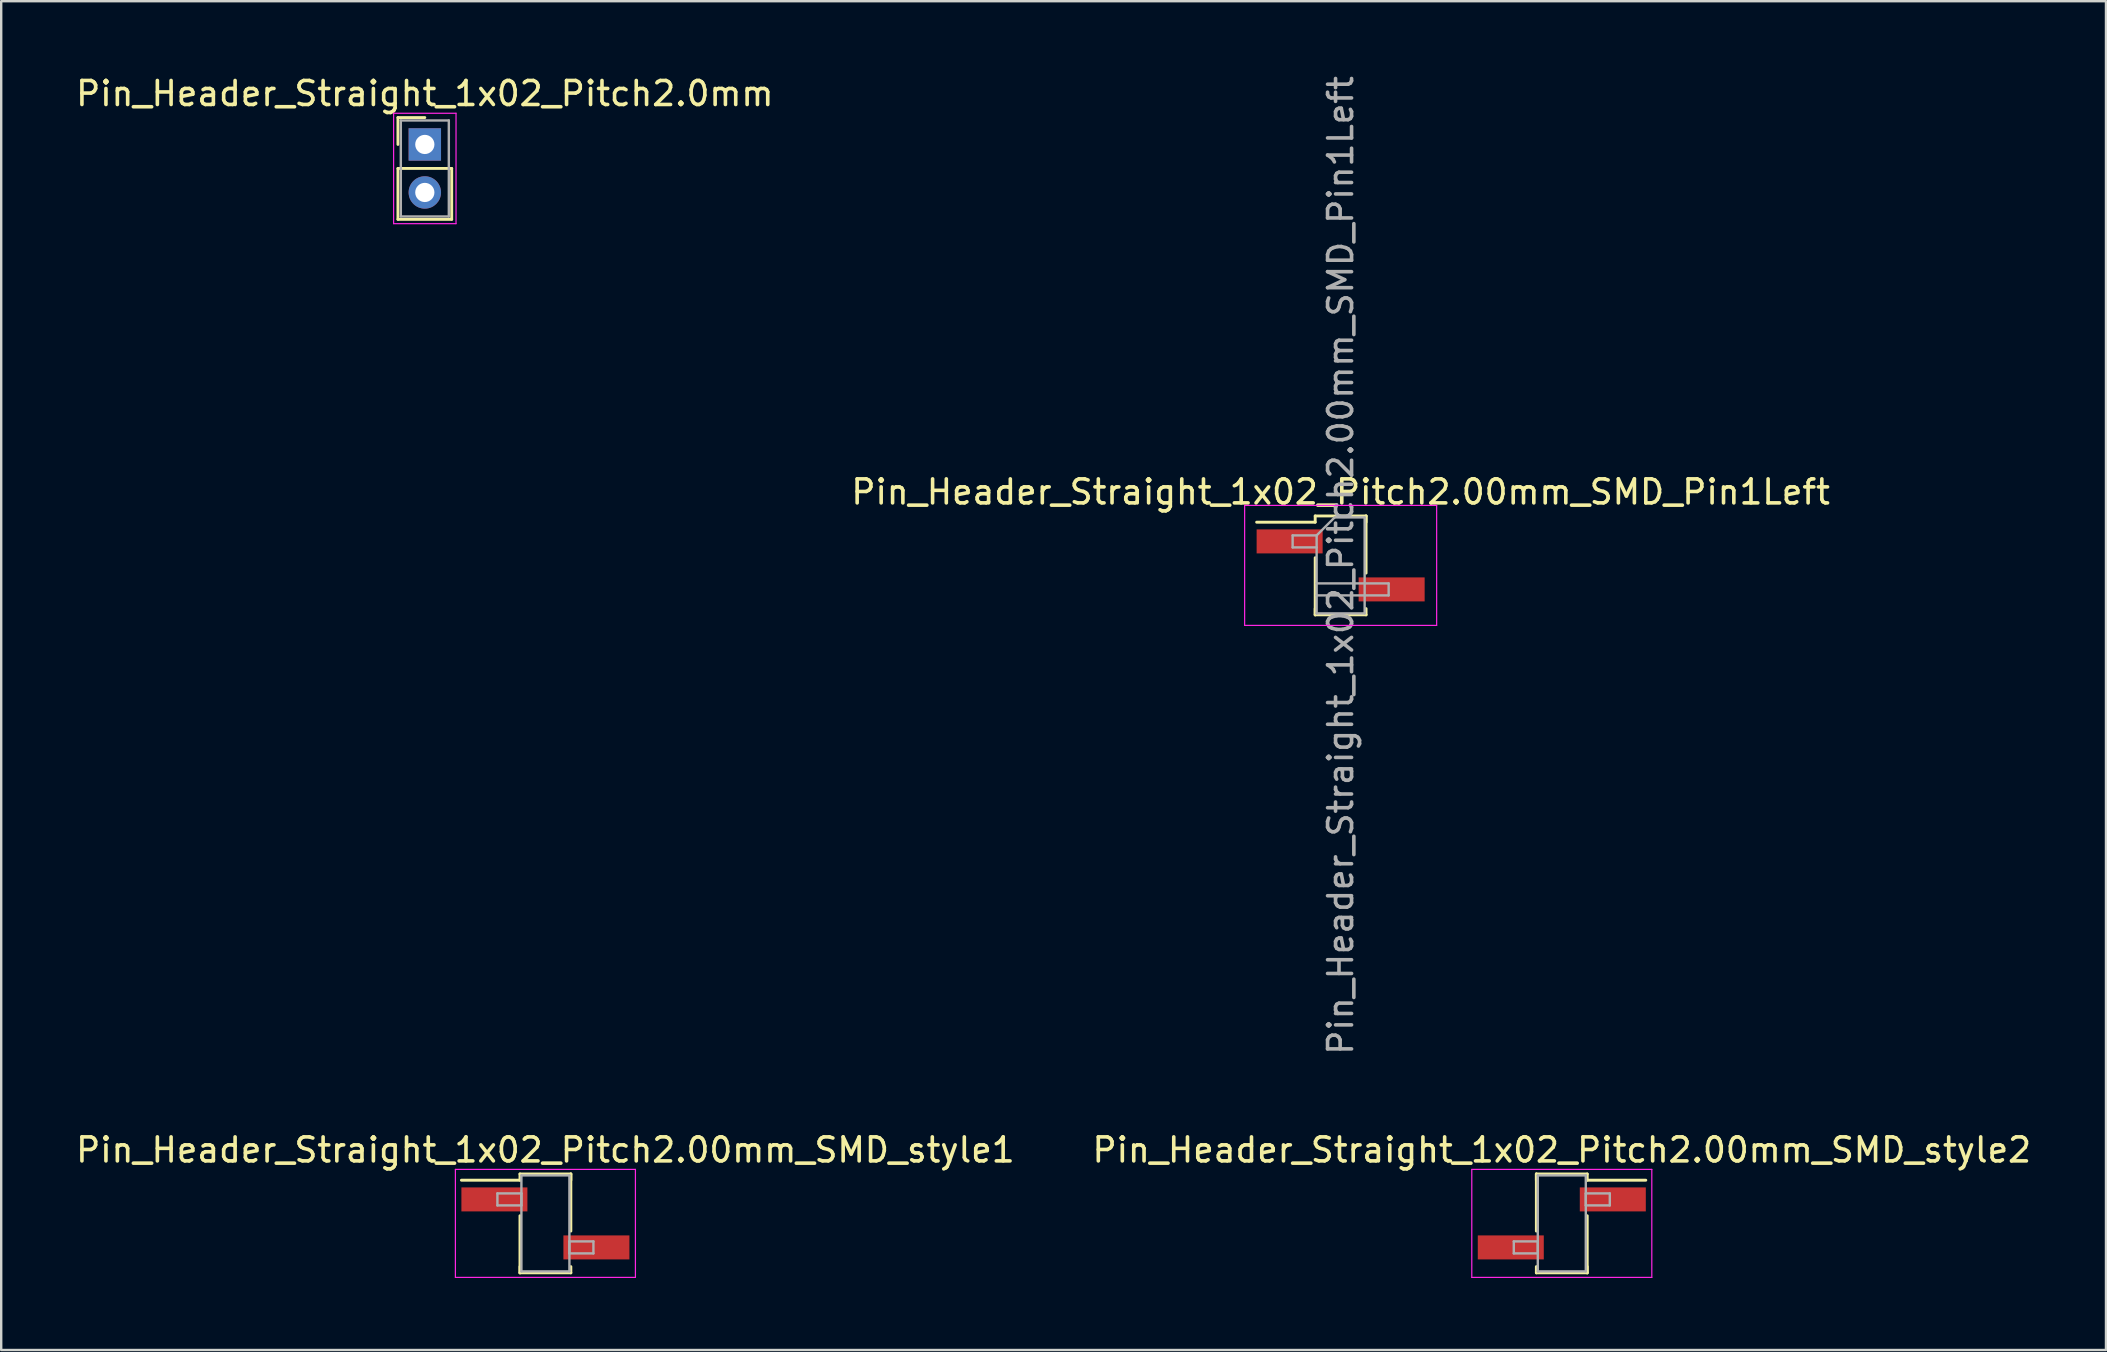
<source format=kicad_pcb>
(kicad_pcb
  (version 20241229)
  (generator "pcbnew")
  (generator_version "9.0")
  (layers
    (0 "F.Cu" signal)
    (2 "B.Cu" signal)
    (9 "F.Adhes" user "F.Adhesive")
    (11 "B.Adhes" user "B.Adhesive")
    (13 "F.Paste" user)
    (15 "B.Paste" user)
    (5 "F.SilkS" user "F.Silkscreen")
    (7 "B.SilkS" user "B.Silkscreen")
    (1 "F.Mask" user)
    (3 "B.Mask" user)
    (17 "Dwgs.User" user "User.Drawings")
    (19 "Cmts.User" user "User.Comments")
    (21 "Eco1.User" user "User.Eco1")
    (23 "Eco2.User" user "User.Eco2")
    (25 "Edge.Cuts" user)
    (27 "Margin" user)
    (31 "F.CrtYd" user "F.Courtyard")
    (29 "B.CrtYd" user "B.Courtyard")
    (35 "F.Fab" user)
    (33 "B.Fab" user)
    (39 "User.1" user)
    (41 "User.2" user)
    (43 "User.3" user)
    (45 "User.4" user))
  (footprint "Pin_Header_Straight_1x02_Pitch2.00mm_SMD_style2"
    (layer "F.Cu")
    (at 62.018 47.92)
    (property "Reference" "Pin_Header_Straight_1x02_Pitch2.00mm_SMD_style2" (at 0 -3.06 0) (layer "F.SilkS") (effects (font (size 1 1) (thickness 0.15))))
    (attr smd)
    (fp_line (start -1.06 -2.06) (end -1.06 0.32) (stroke (width 0.12) (type solid)) (layer "F.SilkS"))
    (fp_line (start -1.06 -2.06) (end 1.06 -2.06) (stroke (width 0.12) (type solid)) (layer "F.SilkS"))
    (fp_line (start -1.06 -1.8) (end -1.06 -2.06) (stroke (width 0.12) (type solid)) (layer "F.SilkS"))
    (fp_line (start -1.06 1.8) (end -1.06 2.06) (stroke (width 0.12) (type solid)) (layer "F.SilkS"))
    (fp_line (start -1.06 2.06) (end 1.06 2.06) (stroke (width 0.12) (type solid)) (layer "F.SilkS"))
    (fp_line (start 1.06 -2.06) (end 1.06 -1.8) (stroke (width 0.12) (type solid)) (layer "F.SilkS"))
    (fp_line (start 1.06 -1.8) (end 3.5 -1.8) (stroke (width 0.12) (type solid)) (layer "F.SilkS"))
    (fp_line (start 1.06 -0.32) (end 1.06 2.06) (stroke (width 0.12) (type solid)) (layer "F.SilkS"))
    (fp_line (start 1.06 2.06) (end 1.06 1.8) (stroke (width 0.12) (type solid)) (layer "F.SilkS"))
    (fp_line (start -3.75 -2.25) (end -3.75 2.25) (stroke (width 0.05) (type solid)) (layer "F.CrtYd"))
    (fp_line (start -3.75 2.25) (end 3.75 2.25) (stroke (width 0.05) (type solid)) (layer "F.CrtYd"))
    (fp_line (start 3.75 -2.25) (end -3.75 -2.25) (stroke (width 0.05) (type solid)) (layer "F.CrtYd"))
    (fp_line (start 3.75 2.25) (end 3.75 -2.25) (stroke (width 0.05) (type solid)) (layer "F.CrtYd"))
    (fp_line (start -2 0.75) (end -1 0.75) (stroke (width 0.1) (type solid)) (layer "F.Fab"))
    (fp_line (start -2 1.25) (end -2 0.75) (stroke (width 0.1) (type solid)) (layer "F.Fab"))
    (fp_line (start -1 -2) (end -1 2) (stroke (width 0.1) (type solid)) (layer "F.Fab"))
    (fp_line (start -1 0.75) (end -1 1.25) (stroke (width 0.1) (type solid)) (layer "F.Fab"))
    (fp_line (start -1 1.25) (end -2 1.25) (stroke (width 0.1) (type solid)) (layer "F.Fab"))
    (fp_line (start -1 2) (end 1 2) (stroke (width 0.1) (type solid)) (layer "F.Fab"))
    (fp_line (start 1 -2) (end -1 -2) (stroke (width 0.1) (type solid)) (layer "F.Fab"))
    (fp_line (start 1 -1.25) (end 1 -0.75) (stroke (width 0.1) (type solid)) (layer "F.Fab"))
    (fp_line (start 1 -0.75) (end 2 -0.75) (stroke (width 0.1) (type solid)) (layer "F.Fab"))
    (fp_line (start 1 2) (end 1 -2) (stroke (width 0.1) (type solid)) (layer "F.Fab"))
    (fp_line (start 2 -1.25) (end 1 -1.25) (stroke (width 0.1) (type solid)) (layer "F.Fab"))
    (fp_line (start 2 -0.75) (end 2 -1.25) (stroke (width 0.1) (type solid)) (layer "F.Fab"))
    (pad "1" smd rect (at 2.125 -1) (size 2.75 1) (layers "F.Cu" "F.Mask"))
    (pad "2" smd rect (at -2.125 1) (size 2.75 1) (layers "F.Cu" "F.Mask")))
  (footprint "Pin_Header_Straight_1x02_Pitch2.00mm_SMD_style1"
    (layer "F.Cu")
    (at 19.673 47.92)
    (property "Reference" "Pin_Header_Straight_1x02_Pitch2.00mm_SMD_style1" (at 0 -3.06 0) (layer "F.SilkS") (effects (font (size 1 1) (thickness 0.15))))
    (attr smd)
    (fp_line (start -1.06 -2.06) (end 1.06 -2.06) (stroke (width 0.12) (type solid)) (layer "F.SilkS"))
    (fp_line (start -1.06 -1.8) (end -3.5 -1.8) (stroke (width 0.12) (type solid)) (layer "F.SilkS"))
    (fp_line (start -1.06 -1.8) (end -1.06 -2.06) (stroke (width 0.12) (type solid)) (layer "F.SilkS"))
    (fp_line (start -1.06 -0.32) (end -1.06 2.06) (stroke (width 0.12) (type solid)) (layer "F.SilkS"))
    (fp_line (start -1.06 1.8) (end -1.06 2.06) (stroke (width 0.12) (type solid)) (layer "F.SilkS"))
    (fp_line (start -1.06 2.06) (end 1.06 2.06) (stroke (width 0.12) (type solid)) (layer "F.SilkS"))
    (fp_line (start 1.06 -2.06) (end 1.06 -1.8) (stroke (width 0.12) (type solid)) (layer "F.SilkS"))
    (fp_line (start 1.06 -2.06) (end 1.06 0.32) (stroke (width 0.12) (type solid)) (layer "F.SilkS"))
    (fp_line (start 1.06 2.06) (end 1.06 1.8) (stroke (width 0.12) (type solid)) (layer "F.SilkS"))
    (fp_line (start -3.75 -2.25) (end -3.75 2.25) (stroke (width 0.05) (type solid)) (layer "F.CrtYd"))
    (fp_line (start -3.75 2.25) (end 3.75 2.25) (stroke (width 0.05) (type solid)) (layer "F.CrtYd"))
    (fp_line (start 3.75 -2.25) (end -3.75 -2.25) (stroke (width 0.05) (type solid)) (layer "F.CrtYd"))
    (fp_line (start 3.75 2.25) (end 3.75 -2.25) (stroke (width 0.05) (type solid)) (layer "F.CrtYd"))
    (fp_line (start -2 -1.25) (end -1 -1.25) (stroke (width 0.1) (type solid)) (layer "F.Fab"))
    (fp_line (start -2 -0.75) (end -2 -1.25) (stroke (width 0.1) (type solid)) (layer "F.Fab"))
    (fp_line (start -1 -2) (end -1 2) (stroke (width 0.1) (type solid)) (layer "F.Fab"))
    (fp_line (start -1 -1.25) (end -1 -0.75) (stroke (width 0.1) (type solid)) (layer "F.Fab"))
    (fp_line (start -1 -0.75) (end -2 -0.75) (stroke (width 0.1) (type solid)) (layer "F.Fab"))
    (fp_line (start -1 2) (end 1 2) (stroke (width 0.1) (type solid)) (layer "F.Fab"))
    (fp_line (start 1 -2) (end -1 -2) (stroke (width 0.1) (type solid)) (layer "F.Fab"))
    (fp_line (start 1 0.75) (end 1 1.25) (stroke (width 0.1) (type solid)) (layer "F.Fab"))
    (fp_line (start 1 1.25) (end 2 1.25) (stroke (width 0.1) (type solid)) (layer "F.Fab"))
    (fp_line (start 1 2) (end 1 -2) (stroke (width 0.1) (type solid)) (layer "F.Fab"))
    (fp_line (start 2 0.75) (end 1 0.75) (stroke (width 0.1) (type solid)) (layer "F.Fab"))
    (fp_line (start 2 1.25) (end 2 0.75) (stroke (width 0.1) (type solid)) (layer "F.Fab"))
    (pad "1" smd rect (at -2.125 -1) (size 2.75 1) (layers "F.Cu" "F.Mask"))
    (pad "2" smd rect (at 2.125 1) (size 2.75 1) (layers "F.Cu" "F.Mask")))
  (footprint "Pin_Header_Straight_1x02_Pitch2.00mm_SMD_Pin1Left"
    (layer "F.Cu")
    (at 52.804 20.506)
    (property "Reference" "Pin_Header_Straight_1x02_Pitch2.00mm_SMD_Pin1Left" (at 0 -3.06 0) (layer "F.SilkS") (effects (font (size 1 1) (thickness 0.15))))
    (attr smd)
    (fp_line (start -1.06 -2.06) (end 1.06 -2.06) (stroke (width 0.12) (type solid)) (layer "F.SilkS"))
    (fp_line (start -1.06 -1.8) (end -3.5 -1.8) (stroke (width 0.12) (type solid)) (layer "F.SilkS"))
    (fp_line (start -1.06 -1.8) (end -1.06 -2.06) (stroke (width 0.12) (type solid)) (layer "F.SilkS"))
    (fp_line (start -1.06 -0.32) (end -1.06 2.06) (stroke (width 0.12) (type solid)) (layer "F.SilkS"))
    (fp_line (start -1.06 1.8) (end -1.06 2.06) (stroke (width 0.12) (type solid)) (layer "F.SilkS"))
    (fp_line (start -1.06 2.06) (end 1.06 2.06) (stroke (width 0.12) (type solid)) (layer "F.SilkS"))
    (fp_line (start 1.06 -2.06) (end 1.06 -1.8) (stroke (width 0.12) (type solid)) (layer "F.SilkS"))
    (fp_line (start 1.06 -2.06) (end 1.06 0.32) (stroke (width 0.12) (type solid)) (layer "F.SilkS"))
    (fp_line (start 1.06 2.06) (end 1.06 1.8) (stroke (width 0.12) (type solid)) (layer "F.SilkS"))
    (fp_line (start -4 -2.5) (end -4 2.5) (stroke (width 0.05) (type solid)) (layer "F.CrtYd"))
    (fp_line (start -4 2.5) (end 4 2.5) (stroke (width 0.05) (type solid)) (layer "F.CrtYd"))
    (fp_line (start 4 -2.5) (end -4 -2.5) (stroke (width 0.05) (type solid)) (layer "F.CrtYd"))
    (fp_line (start 4 2.5) (end 4 -2.5) (stroke (width 0.05) (type solid)) (layer "F.CrtYd"))
    (fp_line (start -2 -1.25) (end -2 -0.75) (stroke (width 0.1) (type solid)) (layer "F.Fab"))
    (fp_line (start -2 -0.75) (end -1 -0.75) (stroke (width 0.1) (type solid)) (layer "F.Fab"))
    (fp_line (start -1 -1.25) (end -2 -1.25) (stroke (width 0.1) (type solid)) (layer "F.Fab"))
    (fp_line (start -1 -1.25) (end -0.25 -2) (stroke (width 0.1) (type solid)) (layer "F.Fab"))
    (fp_line (start -1 0.75) (end 2 0.75) (stroke (width 0.1) (type solid)) (layer "F.Fab"))
    (fp_line (start -1 2) (end -1 -1.25) (stroke (width 0.1) (type solid)) (layer "F.Fab"))
    (fp_line (start -0.25 -2) (end 1 -2) (stroke (width 0.1) (type solid)) (layer "F.Fab"))
    (fp_line (start 1 -2) (end 1 2) (stroke (width 0.1) (type solid)) (layer "F.Fab"))
    (fp_line (start 1 2) (end -1 2) (stroke (width 0.1) (type solid)) (layer "F.Fab"))
    (fp_line (start 2 0.75) (end 2 1.25) (stroke (width 0.1) (type solid)) (layer "F.Fab"))
    (fp_line (start 2 1.25) (end -1 1.25) (stroke (width 0.1) (type solid)) (layer "F.Fab"))
    (fp_text user "${REFERENCE}" (at 0 0 90) (layer "F.Fab") (effects (font (size 1 1) (thickness 0.15))))
    (pad "1" smd rect (at -2.125 -1) (size 2.75 1) (layers "F.Cu" "F.Mask"))
    (pad "2" smd rect (at 2.125 1) (size 2.75 1) (layers "F.Cu" "F.Mask")))
  (footprint "Pin_Header_Straight_1x02_Pitch2.0mm"
    (layer "F.Cu")
    (at 14.649 2.968)
    (property "Reference" "Pin_Header_Straight_1x02_Pitch2.0mm" (at 0 -2.12 0) (layer "F.SilkS") (effects (font (size 1 1) (thickness 0.15))))
    (attr through_hole)
    (fp_line (start -1.12 -1.12) (end 0 -1.12) (stroke (width 0.12) (type solid)) (layer "F.SilkS"))
    (fp_line (start -1.12 0) (end -1.12 -1.12) (stroke (width 0.12) (type solid)) (layer "F.SilkS"))
    (fp_line (start -1.12 1) (end -1.12 3.12) (stroke (width 0.12) (type solid)) (layer "F.SilkS"))
    (fp_line (start -1.12 3.12) (end 1.12 3.12) (stroke (width 0.12) (type solid)) (layer "F.SilkS"))
    (fp_line (start 1.12 1) (end -1.12 1) (stroke (width 0.12) (type solid)) (layer "F.SilkS"))
    (fp_line (start 1.12 3.12) (end 1.12 1) (stroke (width 0.12) (type solid)) (layer "F.SilkS"))
    (fp_line (start -1.3 -1.3) (end -1.3 3.3) (stroke (width 0.05) (type solid)) (layer "F.CrtYd"))
    (fp_line (start -1.3 3.3) (end 1.3 3.3) (stroke (width 0.05) (type solid)) (layer "F.CrtYd"))
    (fp_line (start 1.3 -1.3) (end -1.3 -1.3) (stroke (width 0.05) (type solid)) (layer "F.CrtYd"))
    (fp_line (start 1.3 3.3) (end 1.3 -1.3) (stroke (width 0.05) (type solid)) (layer "F.CrtYd"))
    (fp_line (start -1 -1) (end -1 3) (stroke (width 0.1) (type solid)) (layer "F.Fab"))
    (fp_line (start -1 3) (end 1 3) (stroke (width 0.1) (type solid)) (layer "F.Fab"))
    (fp_line (start 1 -1) (end -1 -1) (stroke (width 0.1) (type solid)) (layer "F.Fab"))
    (fp_line (start 1 3) (end 1 -1) (stroke (width 0.1) (type solid)) (layer "F.Fab"))
    (pad "1" thru_hole rect (at 0 0) (size 1.35 1.35) (drill 0.8) (layers "*.Cu" "*.Mask"))
    (pad "2" thru_hole oval (at 0 2) (size 1.35 1.35) (drill 0.8) (layers "*.Cu" "*.Mask")))
  (gr_rect
    (start -3 -3)
    (end 84.69 53.195)
    (stroke (width 0.1) (type default))
    (fill no)
    (layer "Edge.Cuts")))
</source>
